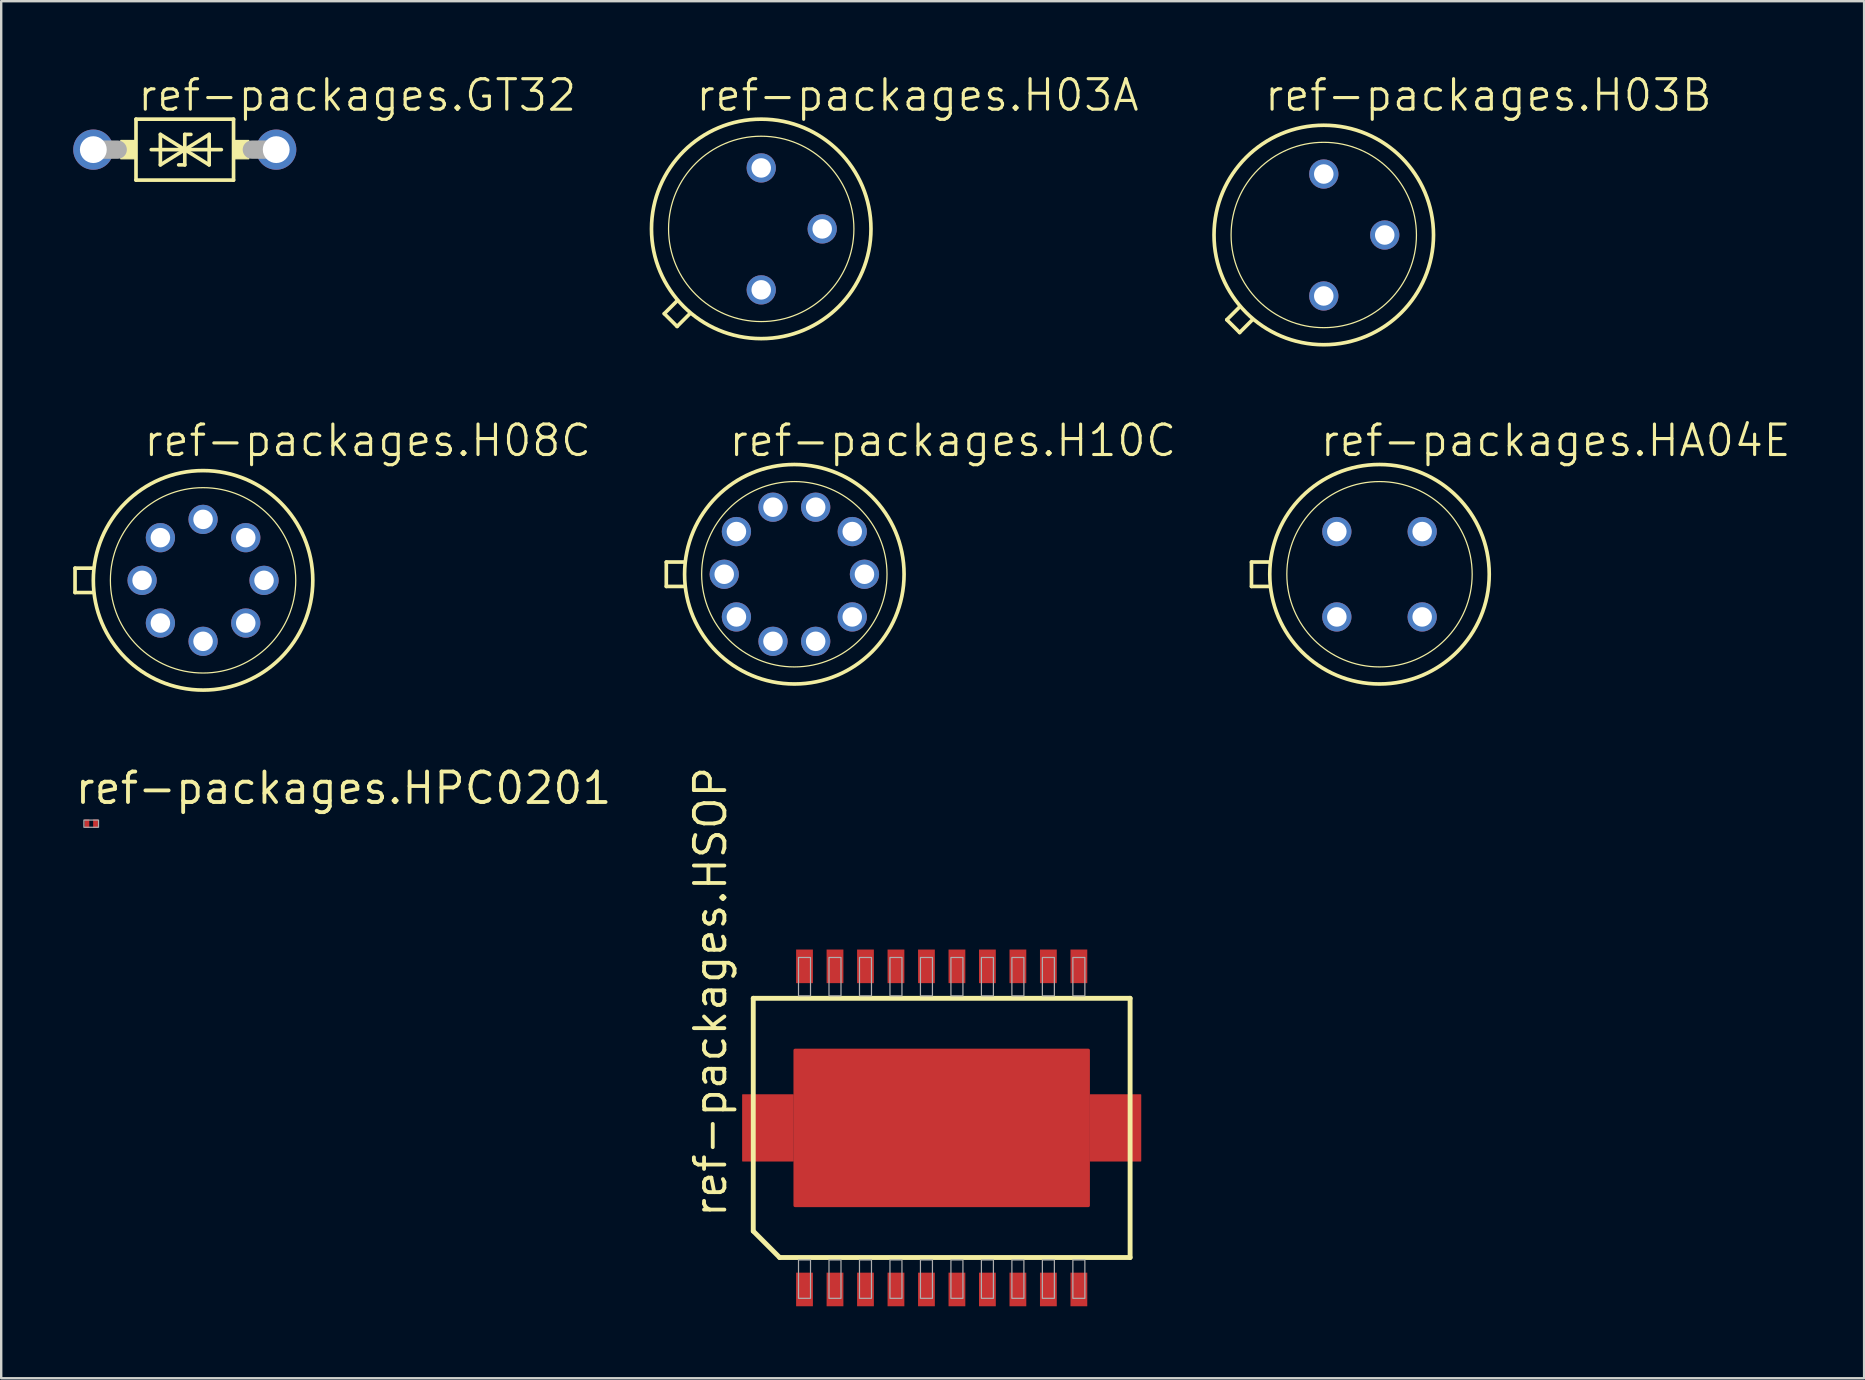
<source format=kicad_pcb>
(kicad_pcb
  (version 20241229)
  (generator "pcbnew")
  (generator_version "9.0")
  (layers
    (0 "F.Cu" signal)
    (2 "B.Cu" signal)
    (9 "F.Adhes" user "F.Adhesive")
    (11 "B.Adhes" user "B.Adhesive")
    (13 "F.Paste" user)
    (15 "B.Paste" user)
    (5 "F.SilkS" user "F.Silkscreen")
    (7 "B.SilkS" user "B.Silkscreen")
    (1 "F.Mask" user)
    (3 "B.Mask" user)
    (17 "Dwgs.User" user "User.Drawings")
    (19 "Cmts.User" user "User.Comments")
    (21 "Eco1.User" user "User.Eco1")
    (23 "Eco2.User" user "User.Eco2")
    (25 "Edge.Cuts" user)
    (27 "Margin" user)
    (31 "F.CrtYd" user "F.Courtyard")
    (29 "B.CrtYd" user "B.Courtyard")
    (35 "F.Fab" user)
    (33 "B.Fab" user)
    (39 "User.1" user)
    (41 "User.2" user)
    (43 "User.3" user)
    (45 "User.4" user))
  (footprint "ref-packages.HA04E"
    (layer "F.Cu")
    (at 54.422 20.874)
    (property "Reference" "ref-packages.HA04E" (at -2.54 -4.826 0) (layer "F.SilkS") (effects (font (size 1.27 1.27) (thickness 0.13)) (justify left bottom)))
    (attr through_hole)
    (fp_line (start -5.334 0.508) (end -5.334 -0.508) (stroke (width 0.152) (type default)) (layer "F.SilkS"))
    (fp_line (start -5.334 0.508) (end -4.572 0.508) (stroke (width 0.152) (type default)) (layer "F.SilkS"))
    (fp_line (start -4.572 -0.508) (end -5.334 -0.508) (stroke (width 0.152) (type default)) (layer "F.SilkS"))
    (fp_circle (center 0 0) (end 3.861 0) (stroke (width 0.051) (type default)) (fill no) (layer "F.SilkS"))
    (fp_circle (center 0 0) (end 4.572 0) (stroke (width 0.152) (type default)) (fill no) (layer "F.SilkS"))
    (pad "1" thru_hole circle (at -1.778 1.778) (size 1.219 1.219) (drill 0.813) (layers "*.Cu" "*.Mask"))
    (pad "2" thru_hole circle (at 1.778 1.778) (size 1.219 1.219) (drill 0.813) (layers "*.Cu" "*.Mask"))
    (pad "3" thru_hole circle (at 1.778 -1.778) (size 1.219 1.219) (drill 0.813) (layers "*.Cu" "*.Mask"))
    (pad "4" thru_hole circle (at -1.778 -1.778) (size 1.219 1.219) (drill 0.813) (layers "*.Cu" "*.Mask")))
  (footprint "ref-packages.H10C"
    (layer "F.Cu")
    (at 30.043 20.874)
    (property "Reference" "ref-packages.H10C" (at -2.794 -4.826 0) (layer "F.SilkS") (effects (font (size 1.27 1.27) (thickness 0.13)) (justify left bottom)))
    (attr through_hole)
    (fp_line (start -5.334 0.508) (end -5.334 -0.508) (stroke (width 0.152) (type default)) (layer "F.SilkS"))
    (fp_line (start -5.334 0.508) (end -4.572 0.508) (stroke (width 0.152) (type default)) (layer "F.SilkS"))
    (fp_line (start -4.572 -0.508) (end -5.334 -0.508) (stroke (width 0.152) (type default)) (layer "F.SilkS"))
    (fp_circle (center 0 0) (end 3.861 0) (stroke (width 0.051) (type default)) (fill no) (layer "F.SilkS"))
    (fp_circle (center 0 0) (end 4.572 0) (stroke (width 0.152) (type default)) (fill no) (layer "F.SilkS"))
    (pad "1" thru_hole circle (at -2.413 1.778) (size 1.219 1.219) (drill 0.813) (layers "*.Cu" "*.Mask"))
    (pad "2" thru_hole circle (at -0.889 2.794) (size 1.219 1.219) (drill 0.813) (layers "*.Cu" "*.Mask"))
    (pad "3" thru_hole circle (at 0.889 2.794) (size 1.219 1.219) (drill 0.813) (layers "*.Cu" "*.Mask"))
    (pad "4" thru_hole circle (at 2.413 1.778) (size 1.219 1.219) (drill 0.813) (layers "*.Cu" "*.Mask"))
    (pad "5" thru_hole circle (at 2.921 0) (size 1.219 1.219) (drill 0.813) (layers "*.Cu" "*.Mask"))
    (pad "6" thru_hole circle (at 2.413 -1.778) (size 1.219 1.219) (drill 0.813) (layers "*.Cu" "*.Mask"))
    (pad "7" thru_hole circle (at 0.889 -2.794) (size 1.219 1.219) (drill 0.813) (layers "*.Cu" "*.Mask"))
    (pad "8" thru_hole circle (at -0.889 -2.794) (size 1.219 1.219) (drill 0.813) (layers "*.Cu" "*.Mask"))
    (pad "9" thru_hole circle (at -2.413 -1.778) (size 1.219 1.219) (drill 0.813) (layers "*.Cu" "*.Mask"))
    (pad "10" thru_hole circle (at -2.921 0) (size 1.219 1.219) (drill 0.813) (layers "*.Cu" "*.Mask")))
  (footprint "ref-packages.H08C"
    (layer "F.Cu")
    (at 5.41 21.128)
    (property "Reference" "ref-packages.H08C" (at -2.54 -5.08 0) (layer "F.SilkS") (effects (font (size 1.27 1.27) (thickness 0.13)) (justify left bottom)))
    (attr through_hole)
    (fp_line (start -5.334 0.508) (end -5.334 -0.508) (stroke (width 0.152) (type default)) (layer "F.SilkS"))
    (fp_line (start -5.334 0.508) (end -4.572 0.508) (stroke (width 0.152) (type default)) (layer "F.SilkS"))
    (fp_line (start -4.572 -0.508) (end -5.334 -0.508) (stroke (width 0.152) (type default)) (layer "F.SilkS"))
    (fp_circle (center 0 0) (end 3.861 0) (stroke (width 0.051) (type default)) (fill no) (layer "F.SilkS"))
    (fp_circle (center 0 0) (end 4.572 0) (stroke (width 0.152) (type default)) (fill no) (layer "F.SilkS"))
    (pad "1" thru_hole circle (at -1.778 1.778) (size 1.219 1.219) (drill 0.813) (layers "*.Cu" "*.Mask"))
    (pad "2" thru_hole circle (at 0 2.54) (size 1.219 1.219) (drill 0.813) (layers "*.Cu" "*.Mask"))
    (pad "3" thru_hole circle (at 1.778 1.778) (size 1.219 1.219) (drill 0.813) (layers "*.Cu" "*.Mask"))
    (pad "4" thru_hole circle (at 2.54 0) (size 1.219 1.219) (drill 0.813) (layers "*.Cu" "*.Mask"))
    (pad "5" thru_hole circle (at 1.778 -1.778) (size 1.219 1.219) (drill 0.813) (layers "*.Cu" "*.Mask"))
    (pad "6" thru_hole circle (at 0 -2.54) (size 1.219 1.219) (drill 0.813) (layers "*.Cu" "*.Mask"))
    (pad "7" thru_hole circle (at -1.778 -1.778) (size 1.219 1.219) (drill 0.813) (layers "*.Cu" "*.Mask"))
    (pad "8" thru_hole circle (at -2.54 0) (size 1.219 1.219) (drill 0.813) (layers "*.Cu" "*.Mask")))
  (footprint "ref-packages.H03A"
    (layer "F.Cu")
    (at 28.664 6.486)
    (property "Reference" "ref-packages.H03A" (at -2.794 -4.826 0) (layer "F.SilkS") (effects (font (size 1.27 1.27) (thickness 0.13)) (justify left bottom)))
    (attr through_hole)
    (fp_line (start -4.039 3.531) (end -3.505 2.997) (stroke (width 0.152) (type default)) (layer "F.SilkS"))
    (fp_line (start -3.505 4.064) (end -4.039 3.531) (stroke (width 0.152) (type default)) (layer "F.SilkS"))
    (fp_line (start -2.972 3.531) (end -3.505 4.064) (stroke (width 0.152) (type default)) (layer "F.SilkS"))
    (fp_circle (center 0 0) (end 3.861 0) (stroke (width 0.051) (type default)) (fill no) (layer "F.SilkS"))
    (fp_circle (center 0 0) (end 4.572 0) (stroke (width 0.152) (type default)) (fill no) (layer "F.SilkS"))
    (pad "1" thru_hole circle (at 0 2.54) (size 1.219 1.219) (drill 0.813) (layers "*.Cu" "*.Mask"))
    (pad "2" thru_hole circle (at 2.54 0) (size 1.219 1.219) (drill 0.813) (layers "*.Cu" "*.Mask"))
    (pad "3" thru_hole circle (at 0 -2.54) (size 1.219 1.219) (drill 0.813) (layers "*.Cu" "*.Mask")))
  (footprint "ref-packages.HSOP"
    (layer "F.Cu")
    (at 36.182 43.94)
    (property "Reference" "ref-packages.HSOP" (at -8.89 3.81 90) (layer "F.SilkS") (effects (font (size 1.27 1.27) (thickness 0.16)) (justify left bottom)))
    (attr smd)
    (fp_line (start -7.85 -5.4) (end 7.85 -5.4) (stroke (width 0.203) (type default)) (layer "F.SilkS"))
    (fp_line (start -7.85 4.3) (end -7.85 -5.4) (stroke (width 0.203) (type default)) (layer "F.SilkS"))
    (fp_line (start -7.85 4.3) (end -6.75 5.4) (stroke (width 0.203) (type default)) (layer "F.SilkS"))
    (fp_line (start 7.85 -5.4) (end 7.85 5.4) (stroke (width 0.203) (type default)) (layer "F.SilkS"))
    (fp_line (start 7.85 5.4) (end -6.75 5.4) (stroke (width 0.203) (type default)) (layer "F.SilkS"))
    (fp_rect (start -5.965 -5.5) (end -5.465 -7.1) (stroke (width 0.05) (type default)) (fill no) (layer "F.Fab"))
    (fp_rect (start -5.965 7.1) (end -5.465 5.5) (stroke (width 0.05) (type default)) (fill no) (layer "F.Fab"))
    (fp_rect (start -4.695 -5.5) (end -4.195 -7.1) (stroke (width 0.05) (type default)) (fill no) (layer "F.Fab"))
    (fp_rect (start -4.695 7.1) (end -4.195 5.5) (stroke (width 0.05) (type default)) (fill no) (layer "F.Fab"))
    (fp_rect (start -3.425 -5.5) (end -2.925 -7.1) (stroke (width 0.05) (type default)) (fill no) (layer "F.Fab"))
    (fp_rect (start -3.425 7.1) (end -2.925 5.5) (stroke (width 0.05) (type default)) (fill no) (layer "F.Fab"))
    (fp_rect (start -2.155 -5.5) (end -1.655 -7.1) (stroke (width 0.05) (type default)) (fill no) (layer "F.Fab"))
    (fp_rect (start -2.155 7.1) (end -1.655 5.5) (stroke (width 0.05) (type default)) (fill no) (layer "F.Fab"))
    (fp_rect (start -0.885 -5.5) (end -0.385 -7.1) (stroke (width 0.05) (type default)) (fill no) (layer "F.Fab"))
    (fp_rect (start -0.885 7.1) (end -0.385 5.5) (stroke (width 0.05) (type default)) (fill no) (layer "F.Fab"))
    (fp_rect (start 0.385 -5.5) (end 0.885 -7.1) (stroke (width 0.05) (type default)) (fill no) (layer "F.Fab"))
    (fp_rect (start 0.385 7.1) (end 0.885 5.5) (stroke (width 0.05) (type default)) (fill no) (layer "F.Fab"))
    (fp_rect (start 1.655 -5.5) (end 2.155 -7.1) (stroke (width 0.05) (type default)) (fill no) (layer "F.Fab"))
    (fp_rect (start 1.655 7.1) (end 2.155 5.5) (stroke (width 0.05) (type default)) (fill no) (layer "F.Fab"))
    (fp_rect (start 2.925 -5.5) (end 3.425 -7.1) (stroke (width 0.05) (type default)) (fill no) (layer "F.Fab"))
    (fp_rect (start 2.925 7.1) (end 3.425 5.5) (stroke (width 0.05) (type default)) (fill no) (layer "F.Fab"))
    (fp_rect (start 4.195 -5.5) (end 4.695 -7.1) (stroke (width 0.05) (type default)) (fill no) (layer "F.Fab"))
    (fp_rect (start 4.195 7.1) (end 4.695 5.5) (stroke (width 0.05) (type default)) (fill no) (layer "F.Fab"))
    (fp_rect (start 5.465 -5.5) (end 5.965 -7.1) (stroke (width 0.05) (type default)) (fill no) (layer "F.Fab"))
    (fp_rect (start 5.465 7.1) (end 5.965 5.5) (stroke (width 0.05) (type default)) (fill no) (layer "F.Fab"))
    (pad "1" smd roundrect (at -5.715 6.731) (size 0.7 1.4) (layers "F.Cu" "F.Mask" "F.Paste") (roundrect_rratio 0.01))
    (pad "2" smd roundrect (at -4.445 6.731) (size 0.7 1.4) (layers "F.Cu" "F.Mask" "F.Paste") (roundrect_rratio 0.01))
    (pad "3" smd roundrect (at -3.175 6.731) (size 0.7 1.4) (layers "F.Cu" "F.Mask" "F.Paste") (roundrect_rratio 0.01))
    (pad "4" smd roundrect (at -1.905 6.731) (size 0.7 1.4) (layers "F.Cu" "F.Mask" "F.Paste") (roundrect_rratio 0.01))
    (pad "5" smd roundrect (at -0.635 6.731) (size 0.7 1.4) (layers "F.Cu" "F.Mask" "F.Paste") (roundrect_rratio 0.01))
    (pad "6" smd roundrect (at 0.635 6.731) (size 0.7 1.4) (layers "F.Cu" "F.Mask" "F.Paste") (roundrect_rratio 0.01))
    (pad "7" smd roundrect (at 1.905 6.731) (size 0.7 1.4) (layers "F.Cu" "F.Mask" "F.Paste") (roundrect_rratio 0.01))
    (pad "8" smd roundrect (at 3.175 6.731) (size 0.7 1.4) (layers "F.Cu" "F.Mask" "F.Paste") (roundrect_rratio 0.01))
    (pad "9" smd roundrect (at 4.445 6.731) (size 0.7 1.4) (layers "F.Cu" "F.Mask" "F.Paste") (roundrect_rratio 0.01))
    (pad "10" smd roundrect (at 5.715 6.731) (size 0.7 1.4) (layers "F.Cu" "F.Mask" "F.Paste") (roundrect_rratio 0.01))
    (pad "11" smd roundrect (at 5.715 -6.731 180) (size 0.7 1.4) (layers "F.Cu" "F.Mask" "F.Paste") (roundrect_rratio 0.01))
    (pad "12" smd roundrect (at 4.445 -6.731 180) (size 0.7 1.4) (layers "F.Cu" "F.Mask" "F.Paste") (roundrect_rratio 0.01))
    (pad "13" smd roundrect (at 3.175 -6.731 180) (size 0.7 1.4) (layers "F.Cu" "F.Mask" "F.Paste") (roundrect_rratio 0.01))
    (pad "14" smd roundrect (at 1.905 -6.731 180) (size 0.7 1.4) (layers "F.Cu" "F.Mask" "F.Paste") (roundrect_rratio 0.01))
    (pad "15" smd roundrect (at 0.635 -6.731 180) (size 0.7 1.4) (layers "F.Cu" "F.Mask" "F.Paste") (roundrect_rratio 0.01))
    (pad "16" smd roundrect (at -0.635 -6.731 180) (size 0.7 1.4) (layers "F.Cu" "F.Mask" "F.Paste") (roundrect_rratio 0.01))
    (pad "17" smd roundrect (at -1.905 -6.731 180) (size 0.7 1.4) (layers "F.Cu" "F.Mask" "F.Paste") (roundrect_rratio 0.01))
    (pad "18" smd roundrect (at -3.175 -6.731 180) (size 0.7 1.4) (layers "F.Cu" "F.Mask" "F.Paste") (roundrect_rratio 0.01))
    (pad "19" smd roundrect (at -4.445 -6.731 180) (size 0.7 1.4) (layers "F.Cu" "F.Mask" "F.Paste") (roundrect_rratio 0.01))
    (pad "20" smd roundrect (at -5.715 -6.731 180) (size 0.7 1.4) (layers "F.Cu" "F.Mask" "F.Paste") (roundrect_rratio 0.01))
    (pad "SL1" smd roundrect (at 0 0) (size 12.35 6.6) (layers "F.Cu" "F.Mask" "F.Paste") (roundrect_rratio 0.01))
    (pad "SL2" smd roundrect (at -7.239 0) (size 2.15 2.8) (layers "F.Cu" "F.Mask" "F.Paste") (roundrect_rratio 0.01))
    (pad "SL3" smd roundrect (at 7.239 0) (size 2.15 2.8) (layers "F.Cu" "F.Mask" "F.Paste") (roundrect_rratio 0.01)))
  (footprint "ref-packages.GT32"
    (layer "F.Cu")
    (at 4.648 3.184)
    (property "Reference" "ref-packages.GT32" (at -2.032 -1.524 0) (layer "F.SilkS") (effects (font (size 1.27 1.27) (thickness 0.13)) (justify left bottom)))
    (attr through_hole)
    (fp_line (start -2.032 -1.27) (end -2.032 1.27) (stroke (width 0.152) (type default)) (layer "F.SilkS"))
    (fp_line (start -2.032 -1.27) (end 2.032 -1.27) (stroke (width 0.152) (type default)) (layer "F.SilkS"))
    (fp_line (start -1.016 -0.635) (end 0 0) (stroke (width 0.152) (type default)) (layer "F.SilkS"))
    (fp_line (start -1.016 0.635) (end -1.016 -0.635) (stroke (width 0.152) (type default)) (layer "F.SilkS"))
    (fp_line (start -0.254 0.635) (end 0 0.635) (stroke (width 0.152) (type default)) (layer "F.SilkS"))
    (fp_line (start 0 -0.635) (end 0 0) (stroke (width 0.152) (type default)) (layer "F.SilkS"))
    (fp_line (start 0 0) (end -1.397 0) (stroke (width 0.152) (type default)) (layer "F.SilkS"))
    (fp_line (start 0 0) (end -1.016 0.635) (stroke (width 0.152) (type default)) (layer "F.SilkS"))
    (fp_line (start 0 0) (end 1.016 -0.635) (stroke (width 0.152) (type default)) (layer "F.SilkS"))
    (fp_line (start 0 0) (end 1.524 0) (stroke (width 0.152) (type default)) (layer "F.SilkS"))
    (fp_line (start 0 0.635) (end 0 0) (stroke (width 0.152) (type default)) (layer "F.SilkS"))
    (fp_line (start 0.254 -0.635) (end 0 -0.635) (stroke (width 0.152) (type default)) (layer "F.SilkS"))
    (fp_line (start 1.016 -0.635) (end 1.016 0.635) (stroke (width 0.152) (type default)) (layer "F.SilkS"))
    (fp_line (start 1.016 0.635) (end 0 0) (stroke (width 0.152) (type default)) (layer "F.SilkS"))
    (fp_line (start 2.032 1.27) (end -2.032 1.27) (stroke (width 0.152) (type default)) (layer "F.SilkS"))
    (fp_line (start 2.032 1.27) (end 2.032 -1.27) (stroke (width 0.152) (type default)) (layer "F.SilkS"))
    (fp_rect (start -2.667 0.381) (end -2.032 -0.381) (stroke (width 0.05) (type default)) (fill yes) (layer "F.SilkS"))
    (fp_rect (start 2.032 0.381) (end 2.667 -0.381) (stroke (width 0.05) (type default)) (fill yes) (layer "F.SilkS"))
    (fp_line (start -3.81 0) (end -2.794 0) (stroke (width 0.762) (type default)) (layer "F.Fab"))
    (fp_line (start 3.81 0) (end 2.794 0) (stroke (width 0.762) (type default)) (layer "F.Fab"))
    (pad "1" thru_hole circle (at -3.81 0) (size 1.676 1.676) (drill 1.118) (layers "*.Cu" "*.Mask"))
    (pad "2" thru_hole circle (at 3.81 0) (size 1.676 1.676) (drill 1.118) (layers "*.Cu" "*.Mask")))
  (footprint "ref-packages.H03B"
    (layer "F.Cu")
    (at 52.1 6.74)
    (property "Reference" "ref-packages.H03B" (at -2.54 -5.08 0) (layer "F.SilkS") (effects (font (size 1.27 1.27) (thickness 0.13)) (justify left bottom)))
    (attr through_hole)
    (fp_line (start -4.039 3.531) (end -3.505 2.997) (stroke (width 0.152) (type default)) (layer "F.SilkS"))
    (fp_line (start -3.505 4.064) (end -4.039 3.531) (stroke (width 0.152) (type default)) (layer "F.SilkS"))
    (fp_line (start -2.972 3.531) (end -3.505 4.064) (stroke (width 0.152) (type default)) (layer "F.SilkS"))
    (fp_circle (center 0 0) (end 3.861 0) (stroke (width 0.051) (type default)) (fill no) (layer "F.SilkS"))
    (fp_circle (center 0 0) (end 4.572 0) (stroke (width 0.152) (type default)) (fill no) (layer "F.SilkS"))
    (pad "1" thru_hole circle (at 0 2.54) (size 1.219 1.219) (drill 0.813) (layers "*.Cu" "*.Mask"))
    (pad "2" thru_hole circle (at 2.54 0) (size 1.219 1.219) (drill 0.813) (layers "*.Cu" "*.Mask"))
    (pad "3" thru_hole circle (at 0 -2.54) (size 1.219 1.219) (drill 0.813) (layers "*.Cu" "*.Mask")))
  (footprint "ref-packages.HPC0201"
    (layer "F.Cu")
    (at 0.75 31.266)
    (property "Reference" "ref-packages.HPC0201" (at -0.75 -0.74 0) (layer "F.SilkS") (effects (font (size 1.27 1.27) (thickness 0.16)) (justify left bottom)))
    (attr smd)
    (fp_rect (start -0.305 0.15) (end 0.305 -0.15) (stroke (width 0.05) (type default)) (fill no) (layer "F.Fab"))
    (pad "1" smd roundrect (at -0.18 0) (size 0.2 0.35) (layers "F.Cu" "F.Mask" "F.Paste") (roundrect_rratio 0.01))
    (pad "2" smd roundrect (at 0.18 0) (size 0.2 0.35) (layers "F.Cu" "F.Mask" "F.Paste") (roundrect_rratio 0.01)))
  (gr_rect
    (start -3 -3)
    (end 74.612 54.371)
    (stroke (width 0.1) (type default))
    (fill no)
    (layer "Edge.Cuts")))
</source>
